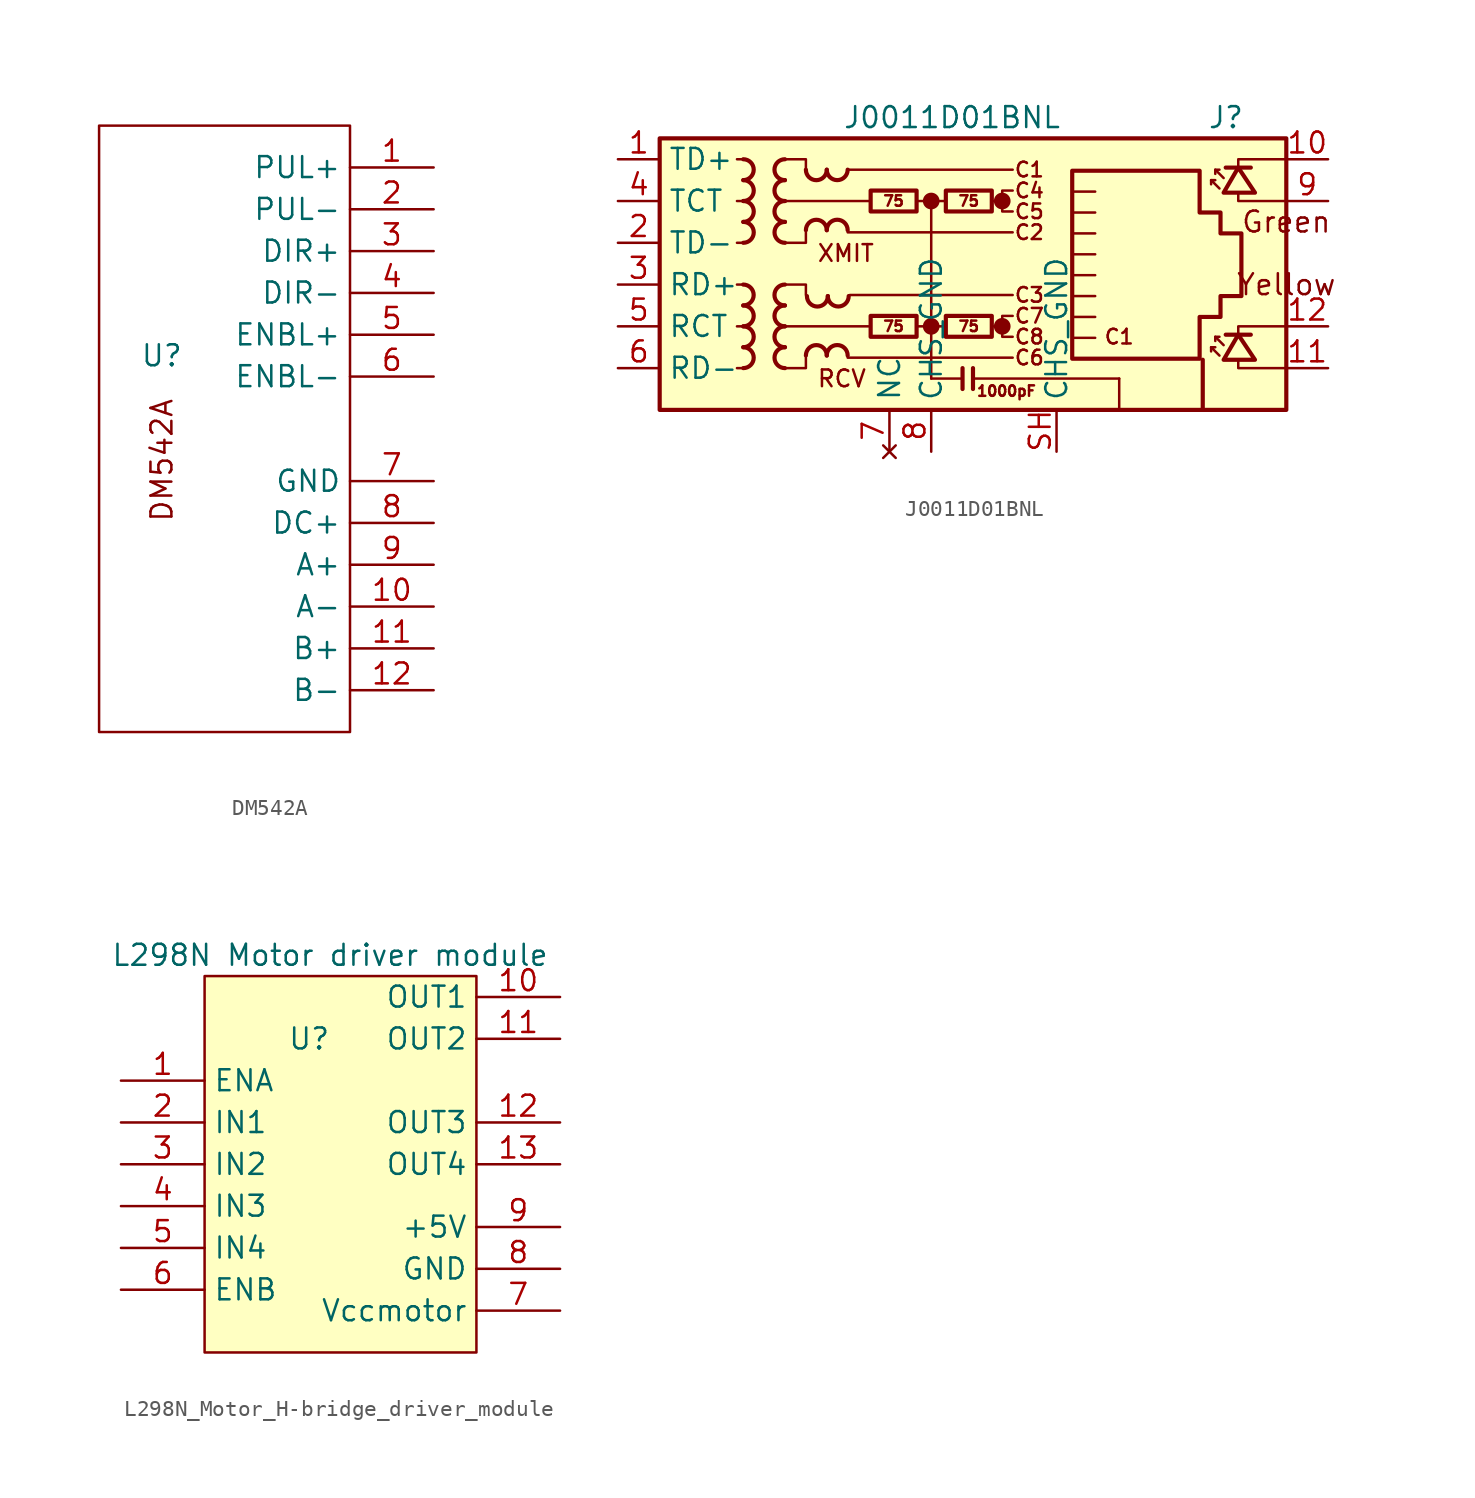
<source format=kicad_sym>
(kicad_symbol_lib
  (version 20231120)
  (generator "kicad_symbol_editor")
  (generator_version "8.0")
  (symbol "DM542A"
    (property "Reference" "U"
      (at -5.08 3.81 0)
      (effects (font (size 1.27 1.27))))
    (property "Value" ""
      (at 6.35 -13.97 0)
      (effects (font (size 1.27 1.27))))
    (symbol "DM542A_0_1"
      (rectangle (start -8.89 17.78) (end 6.35 -19.05) (stroke (width 0) (type default)) (fill (type none))))
    (symbol "DM542A_1_1"
      (text "DM542A" (at -5.08 -2.54 900) (effects (font (size 1.27 1.27))))
      (pin input line (at 11.43 15.24 180) (length 5.08) (name "PUL+" (effects (font (size 1.27 1.27)))) (number "1" (effects (font (size 1.27 1.27)))))
      (pin output line (at 11.43 -11.43 180) (length 5.08) (name "A-" (effects (font (size 1.27 1.27)))) (number "10" (effects (font (size 1.27 1.27)))))
      (pin output line (at 11.43 -13.97 180) (length 5.08) (name "B+" (effects (font (size 1.27 1.27)))) (number "11" (effects (font (size 1.27 1.27)))))
      (pin output line (at 11.43 -16.51 180) (length 5.08) (name "B-" (effects (font (size 1.27 1.27)))) (number "12" (effects (font (size 1.27 1.27)))))
      (pin input line (at 11.43 12.7 180) (length 5.08) (name "PUL-" (effects (font (size 1.27 1.27)))) (number "2" (effects (font (size 1.27 1.27)))))
      (pin input line (at 11.43 10.16 180) (length 5.08) (name "DIR+" (effects (font (size 1.27 1.27)))) (number "3" (effects (font (size 1.27 1.27)))))
      (pin input line (at 11.43 7.62 180) (length 5.08) (name "DIR-" (effects (font (size 1.27 1.27)))) (number "4" (effects (font (size 1.27 1.27)))))
      (pin input line (at 11.43 5.08 180) (length 5.08) (name "ENBL+" (effects (font (size 1.27 1.27)))) (number "5" (effects (font (size 1.27 1.27)))))
      (pin input line (at 11.43 2.54 180) (length 5.08) (name "ENBL-" (effects (font (size 1.27 1.27)))) (number "6" (effects (font (size 1.27 1.27)))))
      (pin power_in line (at 11.43 -3.81 180) (length 5.08) (name "GND" (effects (font (size 1.27 1.27)))) (number "7" (effects (font (size 1.27 1.27)))))
      (pin power_in line (at 11.43 -6.35 180) (length 5.08) (name "DC+" (effects (font (size 1.27 1.27)))) (number "8" (effects (font (size 1.27 1.27)))))
      (pin output line (at 11.43 -8.89 180) (length 5.08) (name "A+" (effects (font (size 1.27 1.27)))) (number "9" (effects (font (size 1.27 1.27)))))))
  (symbol "J0011D01BNL"
    (property "Reference" "J"
      (at 17.78 10.16 0)
      (effects (font (size 1.27 1.27)) (justify right)))
    (property "Value" "J0011D01BNL"
      (at 0 10.16 0)
      (effects (font (size 1.27 1.27))))
    (symbol "J0011D01BNL_0_0"
      (circle (center -1.27 -2.54) (radius 0.0001) (stroke (width 0.508) (type default)) (fill (type none)))
      (circle (center -1.27 5.08) (radius 0.0001) (stroke (width 0.508) (type default)) (fill (type none)))
      (polyline (pts (xy -1.27 5.08) (xy -1.27 -5.715)) (stroke (width 0) (type default)) (fill (type none)))
      (polyline (pts (xy 0.635 -5.08) (xy 0.635 -6.35)) (stroke (width 0.254) (type default)) (fill (type none)))
      (polyline (pts (xy 1.27 -5.08) (xy 1.27 -6.35)) (stroke (width 0.254) (type default)) (fill (type none)))
      (polyline (pts (xy 3.048 -2.54) (xy 2.54 -2.54)) (stroke (width 0) (type default)) (fill (type none)))
      (polyline (pts (xy 3.048 5.08) (xy 2.54 5.08)) (stroke (width 0) (type default)) (fill (type none)))
      (polyline (pts (xy 17.399 -3.175) (xy 17.399 -2.54) (xy 20.32 -2.54)) (stroke (width 0) (type default)) (fill (type none)))
      (polyline (pts (xy 17.399 6.985) (xy 17.399 7.62) (xy 20.32 7.62)) (stroke (width 0) (type default)) (fill (type none)))
      (polyline (pts (xy 20.32 -5.08) (xy 17.399 -5.08) (xy 17.399 -4.572)) (stroke (width 0) (type default)) (fill (type none)))
      (polyline (pts (xy 20.32 5.08) (xy 17.399 5.08) (xy 17.399 5.588)) (stroke (width 0) (type default)) (fill (type none)))
      (polyline (pts (xy 3.683 -1.905) (xy 3.048 -1.905) (xy 3.048 -3.175) (xy 3.683 -3.175)) (stroke (width 0) (type default)) (fill (type none)))
      (polyline (pts (xy 3.683 5.715) (xy 3.048 5.715) (xy 3.048 4.445) (xy 3.683 4.445)) (stroke (width 0) (type default)) (fill (type none)))
      (circle (center 3.048 -2.54) (radius 0.0001) (stroke (width 0.508) (type default)) (fill (type none)))
      (circle (center 3.048 5.08) (radius 0.0001) (stroke (width 0.508) (type default)) (fill (type none)))
      (text "C1" (at 4.699 6.985 0) (effects (font (size 0.889 0.889))))
      (text "C1" (at 10.16 -3.175 0) (effects (font (size 0.889 0.889))))
      (text "C2" (at 4.699 3.175 0) (effects (font (size 0.889 0.889))))
      (text "C3" (at 4.699 -0.635 0) (effects (font (size 0.889 0.889))))
      (text "C4" (at 4.699 5.715 0) (effects (font (size 0.889 0.889))))
      (text "C5" (at 4.699 4.445 0) (effects (font (size 0.889 0.889))))
      (text "C6" (at 4.699 -4.445 0) (effects (font (size 0.889 0.889))))
      (text "C7" (at 4.699 -1.905 0) (effects (font (size 0.889 0.889))))
      (text "C8" (at 4.699 -3.175 0) (effects (font (size 0.889 0.889))))
      (text "RCV" (at -8.255 -5.715 0) (effects (font (size 1.016 1.016)) (justify left)))
      (text "XMIT" (at -8.255 1.905 0) (effects (font (size 1.016 1.016)) (justify left))))
    (symbol "J0011D01BNL_0_1"
      (rectangle (start -17.78 8.89) (end 20.32 -7.62) (stroke (width 0.254) (type default)) (fill (type background)))
      (polyline (pts (xy -12.7 -5.08) (xy -13.081 -5.08)) (stroke (width 0) (type default)) (fill (type none)))
      (polyline (pts (xy -12.7 -2.54) (xy -13.081 -2.54)) (stroke (width 0) (type default)) (fill (type none)))
      (polyline (pts (xy -12.7 0) (xy -13.081 0)) (stroke (width 0) (type default)) (fill (type none)))
      (polyline (pts (xy -12.7 2.54) (xy -13.081 2.54)) (stroke (width 0) (type default)) (fill (type none)))
      (polyline (pts (xy -12.7 5.08) (xy -13.081 5.08)) (stroke (width 0) (type default)) (fill (type none)))
      (polyline (pts (xy -12.7 7.62) (xy -13.081 7.62)) (stroke (width 0) (type default)) (fill (type none)))
      (polyline (pts (xy -6.35 -4.445) (xy 3.683 -4.445)) (stroke (width 0) (type default)) (fill (type none)))
      (polyline (pts (xy -6.35 3.175) (xy 3.683 3.175)) (stroke (width 0) (type default)) (fill (type none)))
      (polyline (pts (xy -6.35 6.985) (xy 3.683 6.985)) (stroke (width 0) (type default)) (fill (type none)))
      (polyline (pts (xy -6.223 -0.635) (xy 3.683 -0.635)) (stroke (width 0) (type default)) (fill (type none)))
      (polyline (pts (xy -5.08 -2.54) (xy -10.16 -2.54)) (stroke (width 0) (type default)) (fill (type none)))
      (polyline (pts (xy -4.953 5.08) (xy -10.16 5.08)) (stroke (width 0) (type default)) (fill (type none)))
      (polyline (pts (xy -2.159 -2.54) (xy -0.381 -2.54)) (stroke (width 0) (type default)) (fill (type none)))
      (polyline (pts (xy -2.159 5.08) (xy -0.381 5.08)) (stroke (width 0) (type default)) (fill (type none)))
      (polyline (pts (xy 0.635 -5.715) (xy -1.27 -5.715)) (stroke (width 0) (type default)) (fill (type none)))
      (polyline (pts (xy 7.429 -1.968) (xy 8.7 -1.968)) (stroke (width 0) (type default)) (fill (type none)))
      (polyline (pts (xy 7.429 -0.699) (xy 8.7 -0.699)) (stroke (width 0) (type default)) (fill (type none)))
      (polyline (pts (xy 7.429 0.572) (xy 8.7 0.572)) (stroke (width 0) (type default)) (fill (type none)))
      (polyline (pts (xy 7.429 1.841) (xy 8.7 1.841)) (stroke (width 0) (type default)) (fill (type none)))
      (polyline (pts (xy 7.429 3.111) (xy 8.7 3.111)) (stroke (width 0) (type default)) (fill (type none)))
      (polyline (pts (xy 8.7 -3.239) (xy 7.429 -3.239)) (stroke (width 0) (type default)) (fill (type none)))
      (polyline (pts (xy 8.7 4.381) (xy 7.429 4.381)) (stroke (width 0) (type default)) (fill (type none)))
      (polyline (pts (xy 8.7 5.652) (xy 7.429 5.652)) (stroke (width 0) (type default)) (fill (type none)))
      (polyline (pts (xy 10.16 -5.715) (xy 1.27 -5.715)) (stroke (width 0) (type default)) (fill (type none)))
      (polyline (pts (xy 10.16 -5.715) (xy 10.16 -7.62)) (stroke (width 0) (type default)) (fill (type none)))
      (polyline (pts (xy -10.16 0) (xy -8.89 0) (xy -8.89 -0.635)) (stroke (width 0) (type default)) (fill (type none)))
      (polyline (pts (xy -10.16 7.62) (xy -8.89 7.62) (xy -8.89 6.985)) (stroke (width 0) (type default)) (fill (type none)))
      (polyline (pts (xy -8.89 -4.445) (xy -8.89 -5.08) (xy -10.16 -5.08)) (stroke (width 0) (type default)) (fill (type none)))
      (polyline (pts (xy -8.89 3.175) (xy -8.89 2.54) (xy -10.16 2.54)) (stroke (width 0) (type default)) (fill (type none))))
    (symbol "J0011D01BNL_1_0"
      (text "1000pF" (at 3.302 -6.477 0) (effects (font (size 0.635 0.635)))))
    (symbol "J0011D01BNL_1_1"
      (arc (start -12.7 -1.27) (mid -12.0677 -0.635) (end -12.7 0) (stroke (width 0.254) (type default)) (fill (type none)))
      (arc (start -12.6973 -5.08) (mid -12.065 -4.445) (end -12.6973 -3.81) (stroke (width 0.254) (type default)) (fill (type none)))
      (arc (start -12.6973 -3.81) (mid -12.065 -3.175) (end -12.6973 -2.54) (stroke (width 0.254) (type default)) (fill (type none)))
      (arc (start -12.6973 -2.54) (mid -12.065 -1.905) (end -12.6973 -1.27) (stroke (width 0.254) (type default)) (fill (type none)))
      (arc (start -12.6973 6.35) (mid -12.065 6.985) (end -12.6973 7.62) (stroke (width 0.254) (type default)) (fill (type none)))
      (arc (start -12.6946 2.54) (mid -12.0623 3.175) (end -12.6946 3.81) (stroke (width 0.254) (type default)) (fill (type none)))
      (arc (start -12.6946 3.81) (mid -12.0623 4.445) (end -12.6946 5.08) (stroke (width 0.254) (type default)) (fill (type none)))
      (arc (start -12.6946 5.08) (mid -12.0623 5.715) (end -12.6946 6.35) (stroke (width 0.254) (type default)) (fill (type none)))
      (arc (start -10.1654 -2.54) (mid -10.7977 -3.175) (end -10.1654 -3.81) (stroke (width 0.254) (type default)) (fill (type none)))
      (arc (start -10.1654 -1.27) (mid -10.7977 -1.905) (end -10.1654 -2.54) (stroke (width 0.254) (type default)) (fill (type none)))
      (arc (start -10.1654 0) (mid -10.7977 -0.635) (end -10.1654 -1.27) (stroke (width 0.254) (type default)) (fill (type none)))
      (arc (start -10.1654 5.08) (mid -10.7977 4.445) (end -10.1654 3.81) (stroke (width 0.254) (type default)) (fill (type none)))
      (arc (start -10.1654 6.35) (mid -10.7977 5.715) (end -10.1654 5.08) (stroke (width 0.254) (type default)) (fill (type none)))
      (arc (start -10.1654 7.62) (mid -10.7977 6.985) (end -10.1654 6.35) (stroke (width 0.254) (type default)) (fill (type none)))
      (arc (start -10.1627 -3.81) (mid -10.795 -4.445) (end -10.1627 -5.08) (stroke (width 0.254) (type default)) (fill (type none)))
      (arc (start -10.1627 3.81) (mid -10.795 3.175) (end -10.1627 2.54) (stroke (width 0.254) (type default)) (fill (type none)))
      (arc (start -8.89 6.9823) (mid -8.255 6.35) (end -7.62 6.9823) (stroke (width 0.254) (type default)) (fill (type none)))
      (arc (start -8.8265 -0.7012) (mid -8.1915 -1.3335) (end -7.5565 -0.7012) (stroke (width 0.254) (type default)) (fill (type none)))
      (arc (start -7.62 -4.3153) (mid -8.255 -3.683) (end -8.89 -4.3153) (stroke (width 0.254) (type default)) (fill (type none)))
      (arc (start -7.62 3.3047) (mid -8.255 3.937) (end -8.89 3.3047) (stroke (width 0.254) (type default)) (fill (type none)))
      (arc (start -7.62 6.985) (mid -6.985 6.3527) (end -6.35 6.985) (stroke (width 0.254) (type default)) (fill (type none)))
      (arc (start -7.5565 -0.6985) (mid -6.9215 -1.3308) (end -6.2865 -0.6985) (stroke (width 0.254) (type default)) (fill (type none)))
      (arc (start -6.35 -4.3126) (mid -6.985 -3.6803) (end -7.62 -4.3126) (stroke (width 0.254) (type default)) (fill (type none)))
      (arc (start -6.35 3.3074) (mid -6.985 3.9397) (end -7.62 3.3074) (stroke (width 0.254) (type default)) (fill (type none)))
      (rectangle (start -4.953 -1.905) (end -2.159 -3.175) (stroke (width 0.254) (type default)) (fill (type none)))
      (rectangle (start -4.953 5.715) (end -2.159 4.445) (stroke (width 0.254) (type default)) (fill (type none)))
      (rectangle (start -0.381 -1.905) (end 2.413 -3.175) (stroke (width 0.254) (type default)) (fill (type none)))
      (rectangle (start -0.381 5.715) (end 2.413 4.445) (stroke (width 0.254) (type default)) (fill (type none)))
      (polyline (pts (xy 15.24 -7.62) (xy 15.24 -4.572)) (stroke (width 0.254) (type default)) (fill (type none)))
      (polyline (pts (xy 15.748 -3.81) (xy 15.748 -4.064)) (stroke (width 0) (type default)) (fill (type none)))
      (polyline (pts (xy 15.748 6.35) (xy 15.748 6.096)) (stroke (width 0) (type default)) (fill (type none)))
      (polyline (pts (xy 16.002 -3.175) (xy 16.002 -3.429)) (stroke (width 0) (type default)) (fill (type none)))
      (polyline (pts (xy 16.002 6.985) (xy 16.002 6.731)) (stroke (width 0) (type default)) (fill (type none)))
      (polyline (pts (xy 16.637 -3.048) (xy 18.161 -3.048)) (stroke (width 0.254) (type default)) (fill (type none)))
      (polyline (pts (xy 16.637 7.112) (xy 18.161 7.112)) (stroke (width 0.254) (type default)) (fill (type none)))
      (polyline (pts (xy 16.256 -4.318) (xy 15.748 -3.81) (xy 16.002 -3.81)) (stroke (width 0) (type default)) (fill (type none)))
      (polyline (pts (xy 16.256 5.842) (xy 15.748 6.35) (xy 16.002 6.35)) (stroke (width 0) (type default)) (fill (type none)))
      (polyline (pts (xy 16.51 -3.683) (xy 16.002 -3.175) (xy 16.256 -3.175)) (stroke (width 0) (type default)) (fill (type none)))
      (polyline (pts (xy 16.51 6.477) (xy 16.002 6.985) (xy 16.256 6.985)) (stroke (width 0) (type default)) (fill (type none)))
      (polyline (pts (xy 16.51 -4.572) (xy 18.415 -4.572) (xy 17.399 -3.048) (xy 16.51 -4.572)) (stroke (width 0.254) (type default)) (fill (type none)))
      (polyline (pts (xy 16.51 5.588) (xy 18.415 5.588) (xy 17.399 7.112) (xy 16.51 5.588)) (stroke (width 0.254) (type default)) (fill (type none)))
      (polyline (pts (xy 7.303 -4.508) (xy 7.303 6.921) (xy 15.05 6.921) (xy 15.05 4.381) (xy 16.32 4.381) (xy 16.32 3.111) (xy 17.59 3.111) (xy 17.59 -0.699) (xy 16.32 -0.699) (xy 16.32 -1.968) (xy 15.05 -1.968) (xy 15.05 -4.508) (xy 7.303 -4.508)) (stroke (width 0.254) (type default)) (fill (type none)))
      (text "75" (at -3.556 -2.54 0) (effects (font (size 0.635 0.635))))
      (text "75" (at -3.556 5.08 0) (effects (font (size 0.635 0.635))))
      (text "75" (at 1.016 -2.54 0) (effects (font (size 0.635 0.635))))
      (text "75" (at 1.016 5.08 0) (effects (font (size 0.635 0.635))))
      (text "Green" (at 20.32 3.81 0) (effects (font (size 1.27 1.27))))
      (text "Yellow" (at 20.32 0 0) (effects (font (size 1.27 1.27))))
      (pin passive line (at -20.32 7.62 0) (length 2.54) (name "TD+" (effects (font (size 1.27 1.27)))) (number "1" (effects (font (size 1.27 1.27)))))
      (pin passive line (at 22.86 7.62 180) (length 2.54) (name "" (effects (font (size 1.27 1.27)))) (number "10" (effects (font (size 1.27 1.27)))))
      (pin passive line (at 22.86 -5.08 180) (length 2.54) (name "" (effects (font (size 1.27 1.27)))) (number "11" (effects (font (size 1.27 1.27)))))
      (pin passive line (at 22.86 -2.54 180) (length 2.54) (name "" (effects (font (size 1.27 1.27)))) (number "12" (effects (font (size 1.27 1.27)))))
      (pin passive line (at -20.32 2.54 0) (length 2.54) (name "TD-" (effects (font (size 1.27 1.27)))) (number "2" (effects (font (size 1.27 1.27)))))
      (pin passive line (at -20.32 0 0) (length 2.54) (name "RD+" (effects (font (size 1.27 1.27)))) (number "3" (effects (font (size 1.27 1.27)))))
      (pin passive line (at -20.32 5.08 0) (length 2.54) (name "TCT" (effects (font (size 1.27 1.27)))) (number "4" (effects (font (size 1.27 1.27)))))
      (pin passive line (at -20.32 -2.54 0) (length 2.54) (name "RCT" (effects (font (size 1.27 1.27)))) (number "5" (effects (font (size 1.27 1.27)))))
      (pin passive line (at -20.32 -5.08 0) (length 2.54) (name "RD-" (effects (font (size 1.27 1.27)))) (number "6" (effects (font (size 1.27 1.27)))))
      (pin no_connect line (at -3.81 -10.16 90) (length 2.54) (name "NC" (effects (font (size 1.27 1.27)))) (number "7" (effects (font (size 1.27 1.27)))))
      (pin no_connect line (at 20.32 0 0) (length 0) hide (name "NC" (effects (font (size 1.27 1.27)))) (number "7" (effects (font (size 1.27 1.27)))))
      (pin power_in line (at -1.27 -10.16 90) (length 2.54) (name "CHS_GND" (effects (font (size 1.27 1.27)))) (number "8" (effects (font (size 1.27 1.27)))))
      (pin passive line (at 22.86 5.08 180) (length 2.54) (name "" (effects (font (size 1.27 1.27)))) (number "9" (effects (font (size 1.27 1.27)))))
      (pin power_in line (at 6.35 -10.16 90) (length 2.54) (name "CHS_GND" (effects (font (size 1.27 1.27)))) (number "SH" (effects (font (size 1.27 1.27)))))))
  (symbol "L298N_Motor_H-bridge_driver_module"
    (property "Reference" "U"
      (at -2.54 7.62 0)
      (effects (font (size 1.27 1.27))))
    (property "Value" "L298N Motor driver module"
      (at -1.27 12.7 0)
      (effects (font (size 1.27 1.27))))
    (symbol "L298N_Motor_H-bridge_driver_module_1_1"
      (rectangle (start -8.89 11.43) (end 7.62 -11.43) (stroke (width 0) (type default)) (fill (type background)))
      (pin input line (at -13.97 5.08 0) (length 5.08) (name "ENA" (effects (font (size 1.27 1.27)))) (number "1" (effects (font (size 1.27 1.27)))))
      (pin input line (at 12.7 10.16 180) (length 5.08) (name "OUT1" (effects (font (size 1.27 1.27)))) (number "10" (effects (font (size 1.27 1.27)))))
      (pin input line (at 12.7 7.62 180) (length 5.08) (name "OUT2" (effects (font (size 1.27 1.27)))) (number "11" (effects (font (size 1.27 1.27)))))
      (pin input line (at 12.7 2.54 180) (length 5.08) (name "OUT3" (effects (font (size 1.27 1.27)))) (number "12" (effects (font (size 1.27 1.27)))))
      (pin input line (at 12.7 0 180) (length 5.08) (name "OUT4" (effects (font (size 1.27 1.27)))) (number "13" (effects (font (size 1.27 1.27)))))
      (pin input line (at -13.97 2.54 0) (length 5.08) (name "IN1" (effects (font (size 1.27 1.27)))) (number "2" (effects (font (size 1.27 1.27)))))
      (pin input line (at -13.97 0 0) (length 5.08) (name "IN2" (effects (font (size 1.27 1.27)))) (number "3" (effects (font (size 1.27 1.27)))))
      (pin input line (at -13.97 -2.54 0) (length 5.08) (name "IN3" (effects (font (size 1.27 1.27)))) (number "4" (effects (font (size 1.27 1.27)))))
      (pin input line (at -13.97 -5.08 0) (length 5.08) (name "IN4" (effects (font (size 1.27 1.27)))) (number "5" (effects (font (size 1.27 1.27)))))
      (pin input line (at -13.97 -7.62 0) (length 5.08) (name "ENB" (effects (font (size 1.27 1.27)))) (number "6" (effects (font (size 1.27 1.27)))))
      (pin input line (at 12.7 -8.89 180) (length 5.08) (name "Vccmotor" (effects (font (size 1.27 1.27)))) (number "7" (effects (font (size 1.27 1.27)))))
      (pin input line (at 12.7 -6.35 180) (length 5.08) (name "GND" (effects (font (size 1.27 1.27)))) (number "8" (effects (font (size 1.27 1.27)))))
      (pin bidirectional line (at 12.7 -3.81 180) (length 5.08) (name "+5V" (effects (font (size 1.27 1.27)))) (number "9" (effects (font (size 1.27 1.27))))))))
</source>
